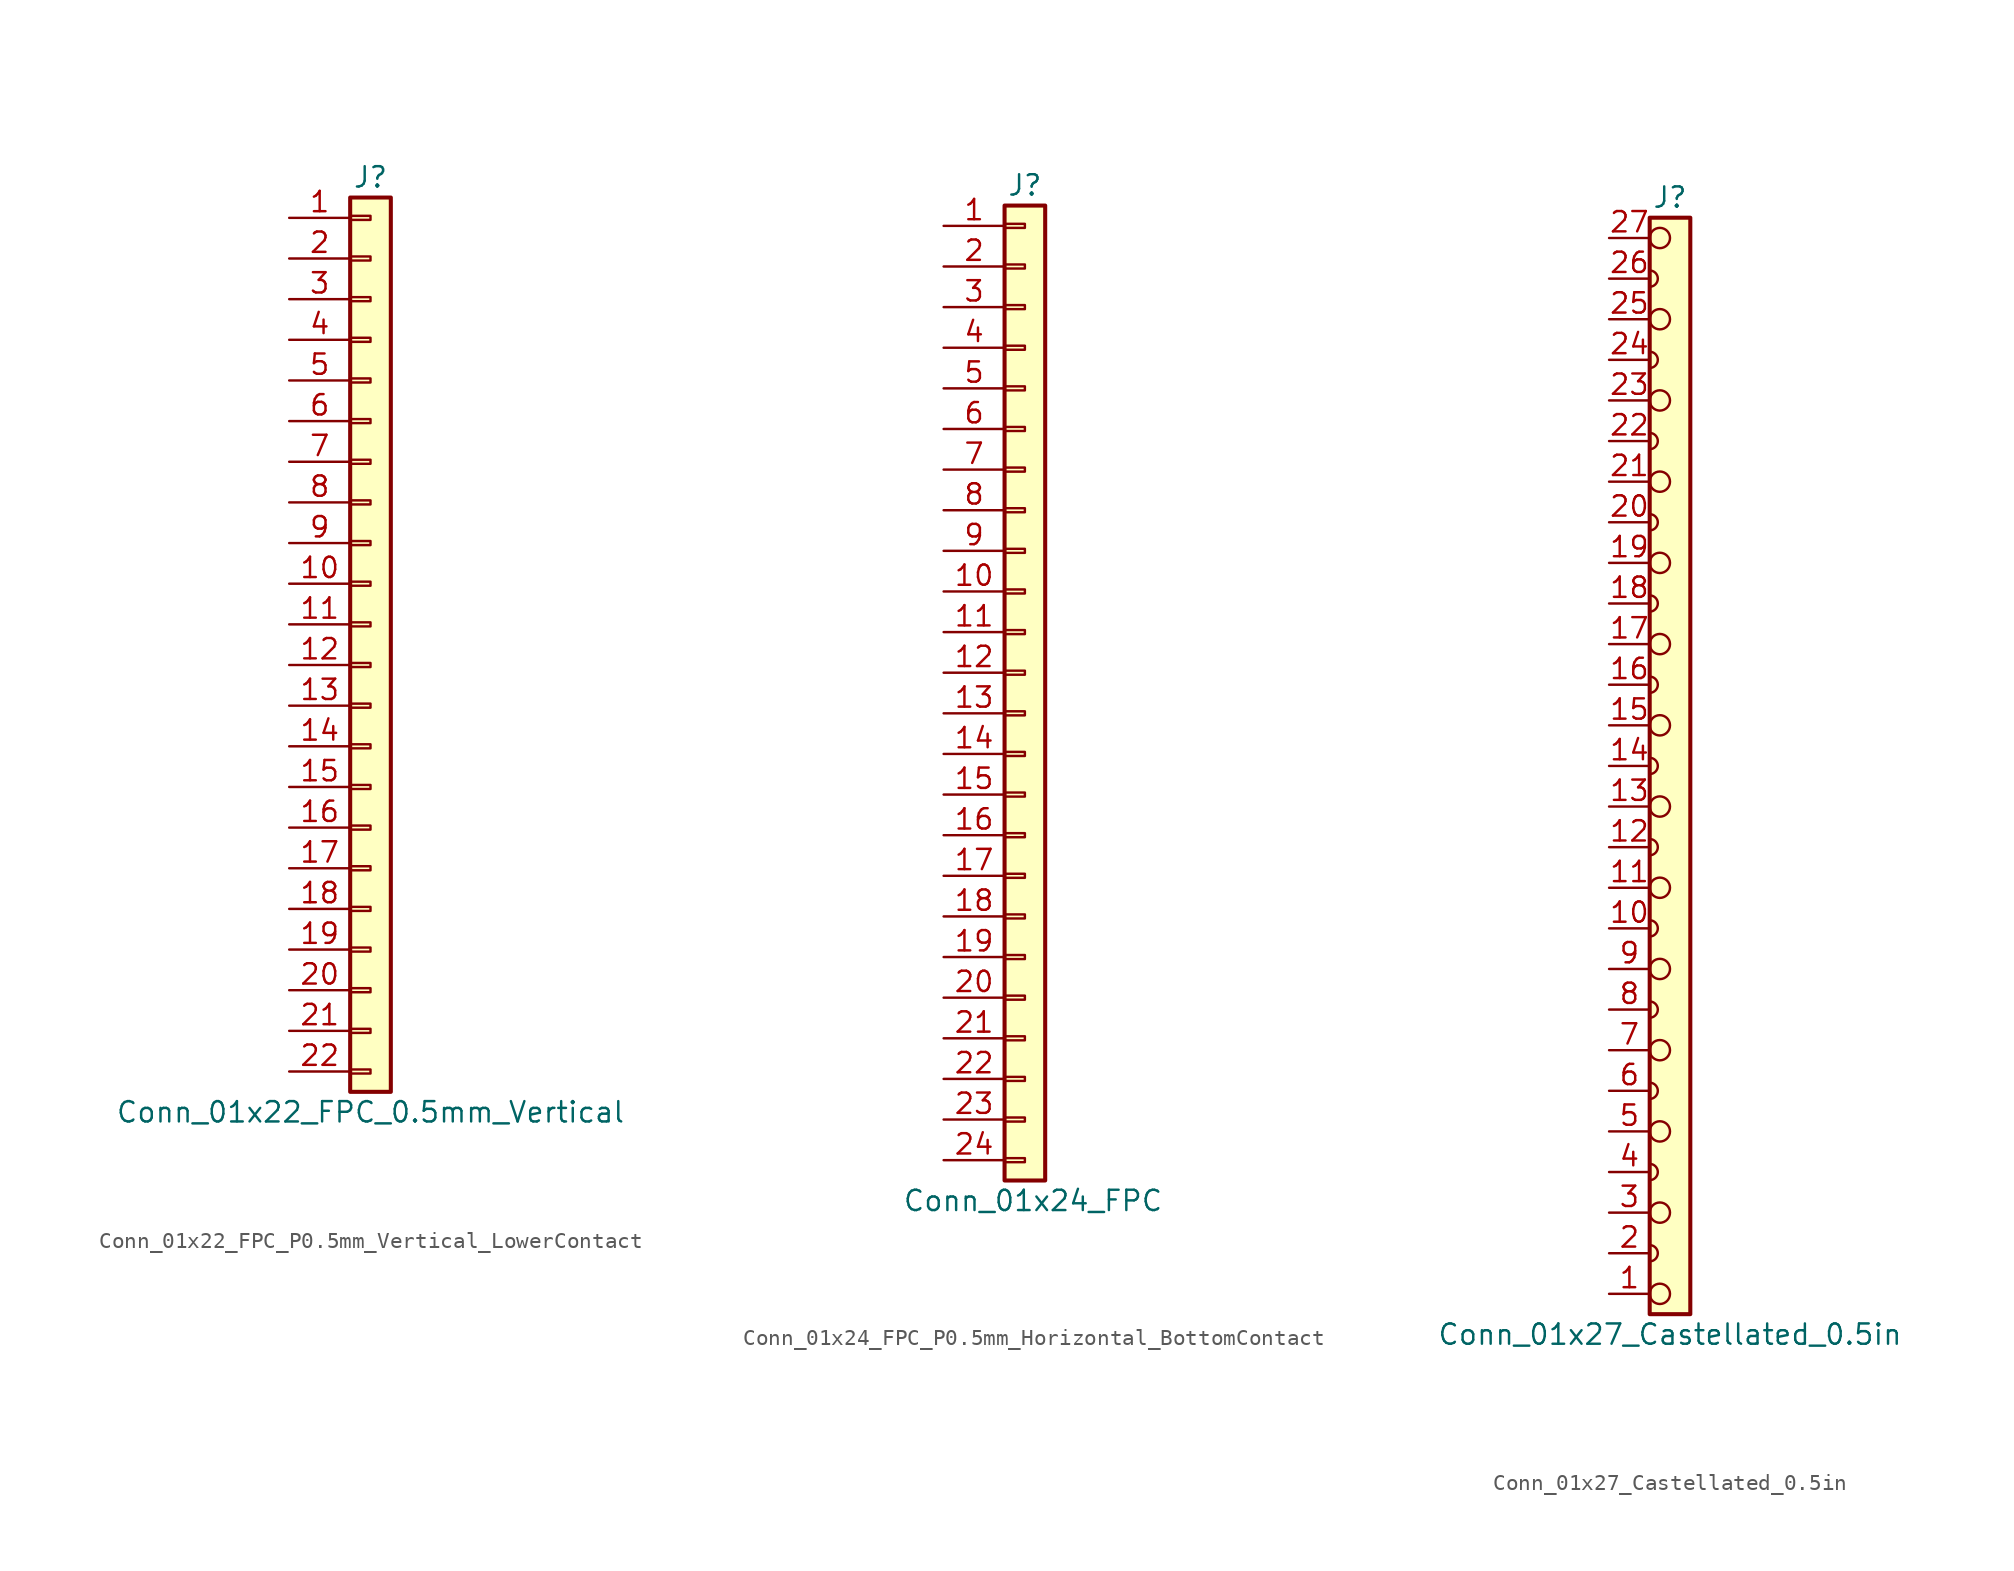
<source format=kicad_sym>
(kicad_symbol_lib
  (version 20241209)
  (generator "kicad_symbol_editor")
  (generator_version "9.0")
  (symbol "Conn_01x22_FPC_P0.5mm_Vertical_LowerContact"
    (pin_names
      (offset 1.016)
      (hide yes))
    (property "Reference" "J"
      (at 0 27.94 0)
      (effects (font (size 1.27 1.27))))
    (property "Value" "Conn_01x22_FPC_0.5mm_Vertical"
      (at 0 -30.48 0)
      (effects (font (size 1.27 1.27))))
    (symbol "Conn_01x22_FPC_P0.5mm_Vertical_LowerContact_1_1"
      (rectangle (start -1.27 26.67) (end 1.27 -29.21) (stroke (width 0.254) (type default)) (fill (type background)))
      (rectangle (start -1.27 25.527) (end 0 25.273) (stroke (width 0.152) (type default)) (fill (type none)))
      (rectangle (start -1.27 22.987) (end 0 22.733) (stroke (width 0.152) (type default)) (fill (type none)))
      (rectangle (start -1.27 20.447) (end 0 20.193) (stroke (width 0.152) (type default)) (fill (type none)))
      (rectangle (start -1.27 17.907) (end 0 17.653) (stroke (width 0.152) (type default)) (fill (type none)))
      (rectangle (start -1.27 15.367) (end 0 15.113) (stroke (width 0.152) (type default)) (fill (type none)))
      (rectangle (start -1.27 12.827) (end 0 12.573) (stroke (width 0.152) (type default)) (fill (type none)))
      (rectangle (start -1.27 10.287) (end 0 10.033) (stroke (width 0.152) (type default)) (fill (type none)))
      (rectangle (start -1.27 7.747) (end 0 7.493) (stroke (width 0.152) (type default)) (fill (type none)))
      (rectangle (start -1.27 5.207) (end 0 4.953) (stroke (width 0.152) (type default)) (fill (type none)))
      (rectangle (start -1.27 2.667) (end 0 2.413) (stroke (width 0.152) (type default)) (fill (type none)))
      (rectangle (start -1.27 0.127) (end 0 -0.127) (stroke (width 0.152) (type default)) (fill (type none)))
      (rectangle (start -1.27 -2.413) (end 0 -2.667) (stroke (width 0.152) (type default)) (fill (type none)))
      (rectangle (start -1.27 -4.953) (end 0 -5.207) (stroke (width 0.152) (type default)) (fill (type none)))
      (rectangle (start -1.27 -7.493) (end 0 -7.747) (stroke (width 0.152) (type default)) (fill (type none)))
      (rectangle (start -1.27 -10.033) (end 0 -10.287) (stroke (width 0.152) (type default)) (fill (type none)))
      (rectangle (start -1.27 -12.573) (end 0 -12.827) (stroke (width 0.152) (type default)) (fill (type none)))
      (rectangle (start -1.27 -15.113) (end 0 -15.367) (stroke (width 0.152) (type default)) (fill (type none)))
      (rectangle (start -1.27 -17.653) (end 0 -17.907) (stroke (width 0.152) (type default)) (fill (type none)))
      (rectangle (start -1.27 -20.193) (end 0 -20.447) (stroke (width 0.152) (type default)) (fill (type none)))
      (rectangle (start -1.27 -22.733) (end 0 -22.987) (stroke (width 0.152) (type default)) (fill (type none)))
      (rectangle (start -1.27 -25.273) (end 0 -25.527) (stroke (width 0.152) (type default)) (fill (type none)))
      (rectangle (start -1.27 -27.813) (end 0 -28.067) (stroke (width 0.152) (type default)) (fill (type none)))
      (pin passive line (at -5.08 25.4 0) (length 3.81) (name "Pin_1" (effects (font (size 1.27 1.27)))) (number "1" (effects (font (size 1.27 1.27)))))
      (pin passive line (at -5.08 22.86 0) (length 3.81) (name "Pin_2" (effects (font (size 1.27 1.27)))) (number "2" (effects (font (size 1.27 1.27)))))
      (pin passive line (at -5.08 20.32 0) (length 3.81) (name "Pin_3" (effects (font (size 1.27 1.27)))) (number "3" (effects (font (size 1.27 1.27)))))
      (pin passive line (at -5.08 17.78 0) (length 3.81) (name "Pin_4" (effects (font (size 1.27 1.27)))) (number "4" (effects (font (size 1.27 1.27)))))
      (pin passive line (at -5.08 15.24 0) (length 3.81) (name "Pin_5" (effects (font (size 1.27 1.27)))) (number "5" (effects (font (size 1.27 1.27)))))
      (pin passive line (at -5.08 12.7 0) (length 3.81) (name "Pin_6" (effects (font (size 1.27 1.27)))) (number "6" (effects (font (size 1.27 1.27)))))
      (pin passive line (at -5.08 10.16 0) (length 3.81) (name "Pin_7" (effects (font (size 1.27 1.27)))) (number "7" (effects (font (size 1.27 1.27)))))
      (pin passive line (at -5.08 7.62 0) (length 3.81) (name "Pin_8" (effects (font (size 1.27 1.27)))) (number "8" (effects (font (size 1.27 1.27)))))
      (pin passive line (at -5.08 5.08 0) (length 3.81) (name "Pin_9" (effects (font (size 1.27 1.27)))) (number "9" (effects (font (size 1.27 1.27)))))
      (pin passive line (at -5.08 2.54 0) (length 3.81) (name "Pin_10" (effects (font (size 1.27 1.27)))) (number "10" (effects (font (size 1.27 1.27)))))
      (pin passive line (at -5.08 0 0) (length 3.81) (name "Pin_11" (effects (font (size 1.27 1.27)))) (number "11" (effects (font (size 1.27 1.27)))))
      (pin passive line (at -5.08 -2.54 0) (length 3.81) (name "Pin_12" (effects (font (size 1.27 1.27)))) (number "12" (effects (font (size 1.27 1.27)))))
      (pin passive line (at -5.08 -5.08 0) (length 3.81) (name "Pin_13" (effects (font (size 1.27 1.27)))) (number "13" (effects (font (size 1.27 1.27)))))
      (pin passive line (at -5.08 -7.62 0) (length 3.81) (name "Pin_14" (effects (font (size 1.27 1.27)))) (number "14" (effects (font (size 1.27 1.27)))))
      (pin passive line (at -5.08 -10.16 0) (length 3.81) (name "Pin_15" (effects (font (size 1.27 1.27)))) (number "15" (effects (font (size 1.27 1.27)))))
      (pin passive line (at -5.08 -12.7 0) (length 3.81) (name "Pin_16" (effects (font (size 1.27 1.27)))) (number "16" (effects (font (size 1.27 1.27)))))
      (pin passive line (at -5.08 -15.24 0) (length 3.81) (name "Pin_17" (effects (font (size 1.27 1.27)))) (number "17" (effects (font (size 1.27 1.27)))))
      (pin passive line (at -5.08 -17.78 0) (length 3.81) (name "Pin_18" (effects (font (size 1.27 1.27)))) (number "18" (effects (font (size 1.27 1.27)))))
      (pin passive line (at -5.08 -20.32 0) (length 3.81) (name "Pin_19" (effects (font (size 1.27 1.27)))) (number "19" (effects (font (size 1.27 1.27)))))
      (pin passive line (at -5.08 -22.86 0) (length 3.81) (name "Pin_20" (effects (font (size 1.27 1.27)))) (number "20" (effects (font (size 1.27 1.27)))))
      (pin passive line (at -5.08 -25.4 0) (length 3.81) (name "Pin_21" (effects (font (size 1.27 1.27)))) (number "21" (effects (font (size 1.27 1.27)))))
      (pin passive line (at -5.08 -27.94 0) (length 3.81) (name "Pin_22" (effects (font (size 1.27 1.27)))) (number "22" (effects (font (size 1.27 1.27)))))))
  (symbol "Conn_01x24_FPC_P0.5mm_Horizontal_BottomContact"
    (pin_names
      (offset 1.016)
      (hide yes))
    (property "Reference" "J"
      (at 0 27.94 0)
      (effects (font (size 1.27 1.27))))
    (property "Value" "Conn_01x24_FPC"
      (at 0.508 -35.56 0)
      (effects (font (size 1.27 1.27))))
    (symbol "Conn_01x24_FPC_P0.5mm_Horizontal_BottomContact_1_1"
      (rectangle (start -1.27 26.67) (end 1.27 -34.29) (stroke (width 0.254) (type default)) (fill (type background)))
      (rectangle (start -1.27 25.527) (end 0 25.273) (stroke (width 0.152) (type default)) (fill (type none)))
      (rectangle (start -1.27 22.987) (end 0 22.733) (stroke (width 0.152) (type default)) (fill (type none)))
      (rectangle (start -1.27 20.447) (end 0 20.193) (stroke (width 0.152) (type default)) (fill (type none)))
      (rectangle (start -1.27 17.907) (end 0 17.653) (stroke (width 0.152) (type default)) (fill (type none)))
      (rectangle (start -1.27 15.367) (end 0 15.113) (stroke (width 0.152) (type default)) (fill (type none)))
      (rectangle (start -1.27 12.827) (end 0 12.573) (stroke (width 0.152) (type default)) (fill (type none)))
      (rectangle (start -1.27 10.287) (end 0 10.033) (stroke (width 0.152) (type default)) (fill (type none)))
      (rectangle (start -1.27 7.747) (end 0 7.493) (stroke (width 0.152) (type default)) (fill (type none)))
      (rectangle (start -1.27 5.207) (end 0 4.953) (stroke (width 0.152) (type default)) (fill (type none)))
      (rectangle (start -1.27 2.667) (end 0 2.413) (stroke (width 0.152) (type default)) (fill (type none)))
      (rectangle (start -1.27 0.127) (end 0 -0.127) (stroke (width 0.152) (type default)) (fill (type none)))
      (rectangle (start -1.27 -2.413) (end 0 -2.667) (stroke (width 0.152) (type default)) (fill (type none)))
      (rectangle (start -1.27 -4.953) (end 0 -5.207) (stroke (width 0.152) (type default)) (fill (type none)))
      (rectangle (start -1.27 -7.493) (end 0 -7.747) (stroke (width 0.152) (type default)) (fill (type none)))
      (rectangle (start -1.27 -10.033) (end 0 -10.287) (stroke (width 0.152) (type default)) (fill (type none)))
      (rectangle (start -1.27 -12.573) (end 0 -12.827) (stroke (width 0.152) (type default)) (fill (type none)))
      (rectangle (start -1.27 -15.113) (end 0 -15.367) (stroke (width 0.152) (type default)) (fill (type none)))
      (rectangle (start -1.27 -17.653) (end 0 -17.907) (stroke (width 0.152) (type default)) (fill (type none)))
      (rectangle (start -1.27 -20.193) (end 0 -20.447) (stroke (width 0.152) (type default)) (fill (type none)))
      (rectangle (start -1.27 -22.733) (end 0 -22.987) (stroke (width 0.152) (type default)) (fill (type none)))
      (rectangle (start -1.27 -25.273) (end 0 -25.527) (stroke (width 0.152) (type default)) (fill (type none)))
      (rectangle (start -1.27 -27.813) (end 0 -28.067) (stroke (width 0.152) (type default)) (fill (type none)))
      (rectangle (start -1.27 -30.353) (end 0 -30.607) (stroke (width 0.152) (type default)) (fill (type none)))
      (rectangle (start -1.27 -32.893) (end 0 -33.147) (stroke (width 0.152) (type default)) (fill (type none)))
      (pin passive line (at -5.08 25.4 0) (length 3.81) (name "Pin_1" (effects (font (size 1.27 1.27)))) (number "1" (effects (font (size 1.27 1.27)))))
      (pin passive line (at -5.08 22.86 0) (length 3.81) (name "Pin_2" (effects (font (size 1.27 1.27)))) (number "2" (effects (font (size 1.27 1.27)))))
      (pin passive line (at -5.08 20.32 0) (length 3.81) (name "Pin_3" (effects (font (size 1.27 1.27)))) (number "3" (effects (font (size 1.27 1.27)))))
      (pin passive line (at -5.08 17.78 0) (length 3.81) (name "Pin_4" (effects (font (size 1.27 1.27)))) (number "4" (effects (font (size 1.27 1.27)))))
      (pin passive line (at -5.08 15.24 0) (length 3.81) (name "Pin_5" (effects (font (size 1.27 1.27)))) (number "5" (effects (font (size 1.27 1.27)))))
      (pin passive line (at -5.08 12.7 0) (length 3.81) (name "Pin_6" (effects (font (size 1.27 1.27)))) (number "6" (effects (font (size 1.27 1.27)))))
      (pin passive line (at -5.08 10.16 0) (length 3.81) (name "Pin_7" (effects (font (size 1.27 1.27)))) (number "7" (effects (font (size 1.27 1.27)))))
      (pin passive line (at -5.08 7.62 0) (length 3.81) (name "Pin_8" (effects (font (size 1.27 1.27)))) (number "8" (effects (font (size 1.27 1.27)))))
      (pin passive line (at -5.08 5.08 0) (length 3.81) (name "Pin_9" (effects (font (size 1.27 1.27)))) (number "9" (effects (font (size 1.27 1.27)))))
      (pin passive line (at -5.08 2.54 0) (length 3.81) (name "Pin_10" (effects (font (size 1.27 1.27)))) (number "10" (effects (font (size 1.27 1.27)))))
      (pin passive line (at -5.08 0 0) (length 3.81) (name "Pin_11" (effects (font (size 1.27 1.27)))) (number "11" (effects (font (size 1.27 1.27)))))
      (pin passive line (at -5.08 -2.54 0) (length 3.81) (name "Pin_12" (effects (font (size 1.27 1.27)))) (number "12" (effects (font (size 1.27 1.27)))))
      (pin passive line (at -5.08 -5.08 0) (length 3.81) (name "Pin_13" (effects (font (size 1.27 1.27)))) (number "13" (effects (font (size 1.27 1.27)))))
      (pin passive line (at -5.08 -7.62 0) (length 3.81) (name "Pin_14" (effects (font (size 1.27 1.27)))) (number "14" (effects (font (size 1.27 1.27)))))
      (pin passive line (at -5.08 -10.16 0) (length 3.81) (name "Pin_15" (effects (font (size 1.27 1.27)))) (number "15" (effects (font (size 1.27 1.27)))))
      (pin passive line (at -5.08 -12.7 0) (length 3.81) (name "Pin_16" (effects (font (size 1.27 1.27)))) (number "16" (effects (font (size 1.27 1.27)))))
      (pin passive line (at -5.08 -15.24 0) (length 3.81) (name "Pin_17" (effects (font (size 1.27 1.27)))) (number "17" (effects (font (size 1.27 1.27)))))
      (pin passive line (at -5.08 -17.78 0) (length 3.81) (name "Pin_18" (effects (font (size 1.27 1.27)))) (number "18" (effects (font (size 1.27 1.27)))))
      (pin passive line (at -5.08 -20.32 0) (length 3.81) (name "Pin_19" (effects (font (size 1.27 1.27)))) (number "19" (effects (font (size 1.27 1.27)))))
      (pin passive line (at -5.08 -22.86 0) (length 3.81) (name "Pin_20" (effects (font (size 1.27 1.27)))) (number "20" (effects (font (size 1.27 1.27)))))
      (pin passive line (at -5.08 -25.4 0) (length 3.81) (name "Pin_21" (effects (font (size 1.27 1.27)))) (number "21" (effects (font (size 1.27 1.27)))))
      (pin passive line (at -5.08 -27.94 0) (length 3.81) (name "Pin_22" (effects (font (size 1.27 1.27)))) (number "22" (effects (font (size 1.27 1.27)))))
      (pin passive line (at -5.08 -30.48 0) (length 3.81) (name "Pin_23" (effects (font (size 1.27 1.27)))) (number "23" (effects (font (size 1.27 1.27)))))
      (pin passive line (at -5.08 -33.02 0) (length 3.81) (name "Pin_24" (effects (font (size 1.27 1.27)))) (number "24" (effects (font (size 1.27 1.27)))))))
  (symbol "Conn_01x27_Castellated_0.5in"
    (pin_names
      (offset 1.016)
      (hide yes))
    (property "Reference" "J"
      (at 0 35.56 0)
      (effects (font (size 1.27 1.27))))
    (property "Value" "Conn_01x27_Castellated_0.5in"
      (at 0 -35.56 0)
      (effects (font (size 1.27 1.27))))
    (symbol "Conn_01x27_Castellated_0.5in_0_1"
      (polyline (pts (xy -1.27 30.988) (xy -1.27 29.972)) (stroke (width 0) (type default)) (fill (type none)))
      (arc (start -1.27 30.988) (mid -0.762 30.48) (end -1.27 29.972) (stroke (width 0) (type default)) (fill (type none)))
      (polyline (pts (xy -1.27 25.908) (xy -1.27 24.892)) (stroke (width 0) (type default)) (fill (type none)))
      (arc (start -1.27 25.908) (mid -0.762 25.4) (end -1.27 24.892) (stroke (width 0) (type default)) (fill (type none)))
      (polyline (pts (xy -1.27 20.828) (xy -1.27 19.812)) (stroke (width 0) (type default)) (fill (type none)))
      (arc (start -1.27 20.828) (mid -0.762 20.32) (end -1.27 19.812) (stroke (width 0) (type default)) (fill (type none)))
      (polyline (pts (xy -1.27 15.748) (xy -1.27 14.732)) (stroke (width 0) (type default)) (fill (type none)))
      (arc (start -1.27 15.748) (mid -0.762 15.24) (end -1.27 14.732) (stroke (width 0) (type default)) (fill (type none)))
      (polyline (pts (xy -1.27 10.668) (xy -1.27 9.652)) (stroke (width 0) (type default)) (fill (type none)))
      (arc (start -1.27 10.668) (mid -0.762 10.16) (end -1.27 9.652) (stroke (width 0) (type default)) (fill (type none)))
      (polyline (pts (xy -1.27 5.588) (xy -1.27 4.572)) (stroke (width 0) (type default)) (fill (type none)))
      (arc (start -1.27 5.588) (mid -0.762 5.08) (end -1.27 4.572) (stroke (width 0) (type default)) (fill (type none)))
      (polyline (pts (xy -1.27 0.508) (xy -1.27 -0.508)) (stroke (width 0) (type default)) (fill (type none)))
      (arc (start -1.27 0.508) (mid -0.762 0) (end -1.27 -0.508) (stroke (width 0) (type default)) (fill (type none)))
      (polyline (pts (xy -1.27 -4.572) (xy -1.27 -5.588)) (stroke (width 0) (type default)) (fill (type none)))
      (arc (start -1.27 -4.572) (mid -0.762 -5.08) (end -1.27 -5.588) (stroke (width 0) (type default)) (fill (type none)))
      (polyline (pts (xy -1.27 -9.652) (xy -1.27 -10.668)) (stroke (width 0) (type default)) (fill (type none)))
      (arc (start -1.27 -9.652) (mid -0.762 -10.16) (end -1.27 -10.668) (stroke (width 0) (type default)) (fill (type none)))
      (polyline (pts (xy -1.27 -14.732) (xy -1.27 -15.748)) (stroke (width 0) (type default)) (fill (type none)))
      (arc (start -1.27 -14.732) (mid -0.762 -15.24) (end -1.27 -15.748) (stroke (width 0) (type default)) (fill (type none)))
      (polyline (pts (xy -1.27 -19.812) (xy -1.27 -20.828)) (stroke (width 0) (type default)) (fill (type none)))
      (arc (start -1.27 -19.812) (mid -0.762 -20.32) (end -1.27 -20.828) (stroke (width 0) (type default)) (fill (type none)))
      (polyline (pts (xy -1.27 -24.892) (xy -1.27 -25.908)) (stroke (width 0) (type default)) (fill (type none)))
      (arc (start -1.27 -24.892) (mid -0.762 -25.4) (end -1.27 -25.908) (stroke (width 0) (type default)) (fill (type none)))
      (polyline (pts (xy -1.27 -29.972) (xy -1.27 -30.988)) (stroke (width 0) (type default)) (fill (type none)))
      (arc (start -1.27 -29.972) (mid -0.762 -30.48) (end -1.27 -30.988) (stroke (width 0) (type default)) (fill (type none)))
      (circle (center -0.635 33.02) (radius 0.635) (stroke (width 0) (type default)) (fill (type none)))
      (circle (center -0.635 27.94) (radius 0.635) (stroke (width 0) (type default)) (fill (type none)))
      (circle (center -0.635 22.86) (radius 0.635) (stroke (width 0) (type default)) (fill (type none)))
      (circle (center -0.635 17.78) (radius 0.635) (stroke (width 0) (type default)) (fill (type none)))
      (circle (center -0.635 12.7) (radius 0.635) (stroke (width 0) (type default)) (fill (type none)))
      (circle (center -0.635 7.62) (radius 0.635) (stroke (width 0) (type default)) (fill (type none)))
      (circle (center -0.635 2.54) (radius 0.635) (stroke (width 0) (type default)) (fill (type none)))
      (circle (center -0.635 -2.54) (radius 0.635) (stroke (width 0) (type default)) (fill (type none)))
      (circle (center -0.635 -7.62) (radius 0.635) (stroke (width 0) (type default)) (fill (type none)))
      (circle (center -0.635 -12.7) (radius 0.635) (stroke (width 0) (type default)) (fill (type none)))
      (circle (center -0.635 -17.78) (radius 0.635) (stroke (width 0) (type default)) (fill (type none)))
      (circle (center -0.635 -22.86) (radius 0.635) (stroke (width 0) (type default)) (fill (type none)))
      (circle (center -0.635 -27.94) (radius 0.635) (stroke (width 0) (type default)) (fill (type none)))
      (circle (center -0.635 -33.02) (radius 0.635) (stroke (width 0) (type default)) (fill (type none))))
    (symbol "Conn_01x27_Castellated_0.5in_1_1"
      (rectangle (start -1.27 34.29) (end 1.27 -34.29) (stroke (width 0.254) (type default)) (fill (type background)))
      (pin passive line (at -3.81 33.02 0) (length 2.54) (name "Pin_27" (effects (font (size 1.27 1.27)))) (number "27" (effects (font (size 1.27 1.27)))))
      (pin passive line (at -3.81 30.48 0) (length 2.54) (name "Pin_26" (effects (font (size 1.27 1.27)))) (number "26" (effects (font (size 1.27 1.27)))))
      (pin passive line (at -3.81 27.94 0) (length 2.54) (name "Pin_25" (effects (font (size 1.27 1.27)))) (number "25" (effects (font (size 1.27 1.27)))))
      (pin passive line (at -3.81 25.4 0) (length 2.54) (name "Pin_24" (effects (font (size 1.27 1.27)))) (number "24" (effects (font (size 1.27 1.27)))))
      (pin passive line (at -3.81 22.86 0) (length 2.54) (name "Pin_23" (effects (font (size 1.27 1.27)))) (number "23" (effects (font (size 1.27 1.27)))))
      (pin passive line (at -3.81 20.32 0) (length 2.54) (name "Pin_22" (effects (font (size 1.27 1.27)))) (number "22" (effects (font (size 1.27 1.27)))))
      (pin passive line (at -3.81 17.78 0) (length 2.54) (name "Pin_21" (effects (font (size 1.27 1.27)))) (number "21" (effects (font (size 1.27 1.27)))))
      (pin passive line (at -3.81 15.24 0) (length 2.54) (name "Pin_20" (effects (font (size 1.27 1.27)))) (number "20" (effects (font (size 1.27 1.27)))))
      (pin passive line (at -3.81 12.7 0) (length 2.54) (name "Pin_19" (effects (font (size 1.27 1.27)))) (number "19" (effects (font (size 1.27 1.27)))))
      (pin passive line (at -3.81 10.16 0) (length 2.54) (name "Pin_18" (effects (font (size 1.27 1.27)))) (number "18" (effects (font (size 1.27 1.27)))))
      (pin passive line (at -3.81 7.62 0) (length 2.54) (name "Pin_17" (effects (font (size 1.27 1.27)))) (number "17" (effects (font (size 1.27 1.27)))))
      (pin passive line (at -3.81 5.08 0) (length 2.54) (name "Pin_16" (effects (font (size 1.27 1.27)))) (number "16" (effects (font (size 1.27 1.27)))))
      (pin passive line (at -3.81 2.54 0) (length 2.54) (name "Pin_15" (effects (font (size 1.27 1.27)))) (number "15" (effects (font (size 1.27 1.27)))))
      (pin passive line (at -3.81 0 0) (length 2.54) (name "Pin_14" (effects (font (size 1.27 1.27)))) (number "14" (effects (font (size 1.27 1.27)))))
      (pin passive line (at -3.81 -2.54 0) (length 2.54) (name "Pin_13" (effects (font (size 1.27 1.27)))) (number "13" (effects (font (size 1.27 1.27)))))
      (pin passive line (at -3.81 -5.08 0) (length 2.54) (name "Pin_12" (effects (font (size 1.27 1.27)))) (number "12" (effects (font (size 1.27 1.27)))))
      (pin passive line (at -3.81 -7.62 0) (length 2.54) (name "Pin_11" (effects (font (size 1.27 1.27)))) (number "11" (effects (font (size 1.27 1.27)))))
      (pin passive line (at -3.81 -10.16 0) (length 2.54) (name "Pin_10" (effects (font (size 1.27 1.27)))) (number "10" (effects (font (size 1.27 1.27)))))
      (pin passive line (at -3.81 -12.7 0) (length 2.54) (name "Pin_9" (effects (font (size 1.27 1.27)))) (number "9" (effects (font (size 1.27 1.27)))))
      (pin passive line (at -3.81 -15.24 0) (length 2.54) (name "Pin_8" (effects (font (size 1.27 1.27)))) (number "8" (effects (font (size 1.27 1.27)))))
      (pin passive line (at -3.81 -17.78 0) (length 2.54) (name "Pin_7" (effects (font (size 1.27 1.27)))) (number "7" (effects (font (size 1.27 1.27)))))
      (pin passive line (at -3.81 -20.32 0) (length 2.54) (name "Pin_6" (effects (font (size 1.27 1.27)))) (number "6" (effects (font (size 1.27 1.27)))))
      (pin passive line (at -3.81 -22.86 0) (length 2.54) (name "Pin_5" (effects (font (size 1.27 1.27)))) (number "5" (effects (font (size 1.27 1.27)))))
      (pin passive line (at -3.81 -25.4 0) (length 2.54) (name "Pin_4" (effects (font (size 1.27 1.27)))) (number "4" (effects (font (size 1.27 1.27)))))
      (pin passive line (at -3.81 -27.94 0) (length 2.54) (name "Pin_3" (effects (font (size 1.27 1.27)))) (number "3" (effects (font (size 1.27 1.27)))))
      (pin passive line (at -3.81 -30.48 0) (length 2.54) (name "Pin_2" (effects (font (size 1.27 1.27)))) (number "2" (effects (font (size 1.27 1.27)))))
      (pin passive line (at -3.81 -33.02 0) (length 2.54) (name "Pin_1" (effects (font (size 1.27 1.27)))) (number "1" (effects (font (size 1.27 1.27))))))))
</source>
